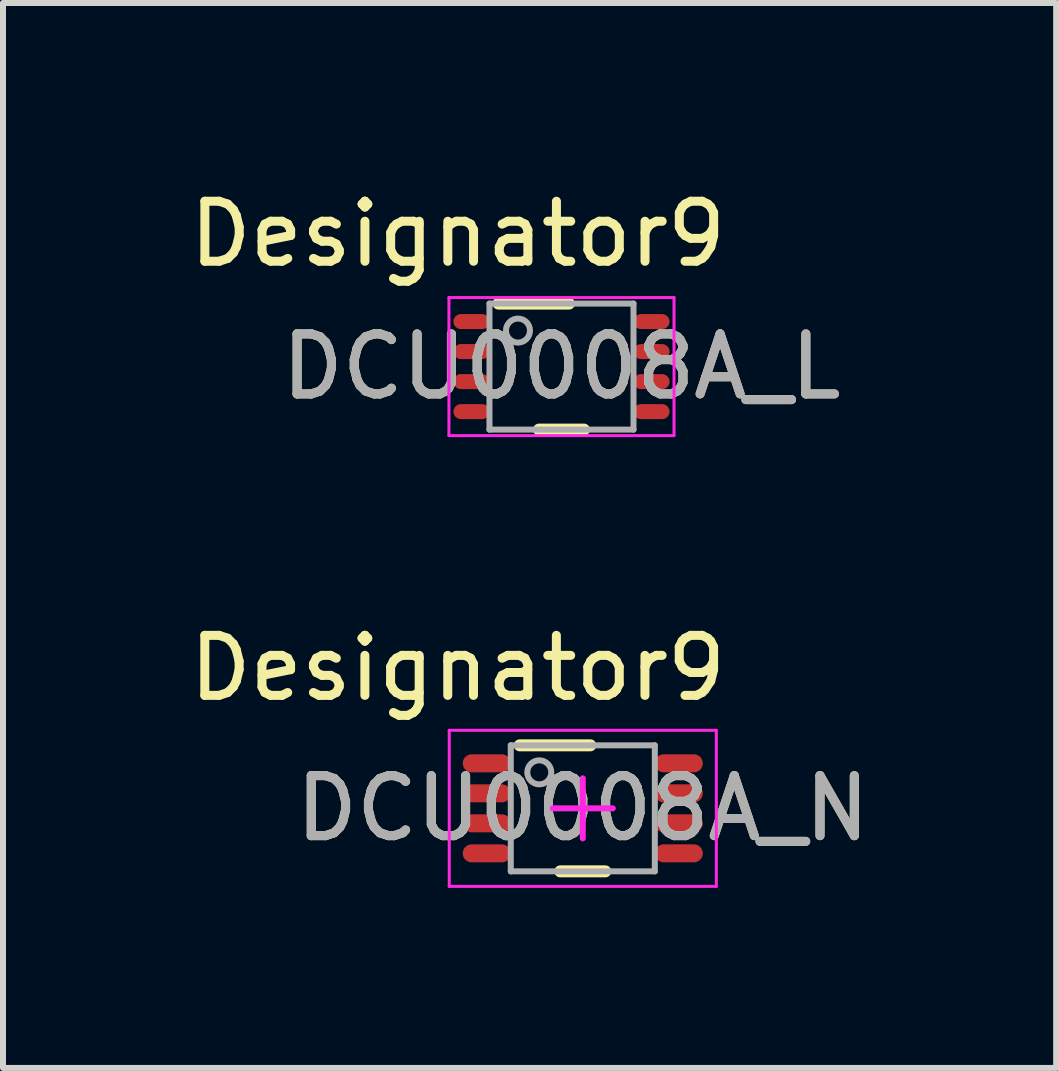
<source format=kicad_pcb>
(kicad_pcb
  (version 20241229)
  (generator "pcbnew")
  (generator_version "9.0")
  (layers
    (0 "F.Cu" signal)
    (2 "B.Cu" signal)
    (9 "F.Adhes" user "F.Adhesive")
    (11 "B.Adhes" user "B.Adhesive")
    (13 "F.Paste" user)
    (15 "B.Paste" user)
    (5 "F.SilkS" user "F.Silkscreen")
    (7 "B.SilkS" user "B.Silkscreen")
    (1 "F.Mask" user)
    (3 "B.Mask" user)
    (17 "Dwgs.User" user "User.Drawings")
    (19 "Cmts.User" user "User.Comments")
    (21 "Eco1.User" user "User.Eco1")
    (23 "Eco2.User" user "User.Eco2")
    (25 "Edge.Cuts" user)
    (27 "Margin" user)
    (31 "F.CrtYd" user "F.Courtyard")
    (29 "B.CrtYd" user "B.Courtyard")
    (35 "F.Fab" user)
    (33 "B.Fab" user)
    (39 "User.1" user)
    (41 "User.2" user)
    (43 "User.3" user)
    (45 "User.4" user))
  (footprint "DCU0008A_N"
    (layer "F.Cu")
    (at 6.66 10.418)
    (property "Reference" "DCU0008A_N" (at 0 0 0) (unlocked yes) (layer "F.SilkS") (effects (font (size 1 1) (thickness 0.15))))
    (attr smd)
    (fp_line (start -1.05 -1.05) (end 0.125 -1.05) (stroke (width 0.2) (type solid)) (layer "F.SilkS"))
    (fp_line (start -0.375 1.05) (end 0.375 1.05) (stroke (width 0.2) (type solid)) (layer "F.SilkS"))
    (fp_line (start -2.225 -1.3) (end 2.225 -1.3) (stroke (width 0.05) (type solid)) (layer "F.CrtYd"))
    (fp_line (start -2.225 1.3) (end -2.225 -1.3) (stroke (width 0.05) (type solid)) (layer "F.CrtYd"))
    (fp_line (start -2.225 1.3) (end 2.225 1.3) (stroke (width 0.05) (type solid)) (layer "F.CrtYd"))
    (fp_line (start -0.5 0) (end 0.5 0) (stroke (width 0.1) (type solid)) (layer "F.CrtYd"))
    (fp_line (start -0.000003 0.5) (end -0.000003 -0.5) (stroke (width 0.1) (type solid)) (layer "F.CrtYd"))
    (fp_line (start 2.225 1.3) (end 2.225 -1.3) (stroke (width 0.05) (type solid)) (layer "F.CrtYd"))
    (fp_line (start -1.2 -1.05) (end 1.2 -1.05) (stroke (width 0.1) (type solid)) (layer "F.Fab"))
    (fp_line (start -1.2 1.05) (end -1.2 -1.05) (stroke (width 0.1) (type solid)) (layer "F.Fab"))
    (fp_line (start -1.2 1.05) (end 1.2 1.05) (stroke (width 0.1) (type solid)) (layer "F.Fab"))
    (fp_line (start 1.2 1.05) (end 1.2 -1.05) (stroke (width 0.1) (type solid)) (layer "F.Fab"))
    (fp_circle (center -0.725 -0.6) (end -0.525 -0.6) (stroke (width 0.1) (type solid)) (fill no) (layer "F.Fab"))
    (fp_text user "Designator9" (at -2.083 -2.337 0) (unlocked yes) (layer "F.SilkS") (effects (font (size 1 1) (thickness 0.15))))
    (fp_text user "${REFERENCE}" (at 0 0 0) (unlocked yes) (layer "F.Fab") (effects (font (size 1 1) (thickness 0.15))))
    (pad "1" smd oval (at -1.6 -0.75 90) (size 0.3 0.8) (layers "F.Cu" "F.Mask" "F.Paste"))
    (pad "2" smd oval (at -1.6 -0.25 90) (size 0.3 0.8) (layers "F.Cu" "F.Mask" "F.Paste"))
    (pad "3" smd oval (at -1.6 0.25 90) (size 0.3 0.8) (layers "F.Cu" "F.Mask" "F.Paste"))
    (pad "4" smd oval (at -1.6 0.75 90) (size 0.3 0.8) (layers "F.Cu" "F.Mask" "F.Paste"))
    (pad "5" smd oval (at 1.6 0.75 90) (size 0.3 0.8) (layers "F.Cu" "F.Mask" "F.Paste"))
    (pad "6" smd oval (at 1.6 0.25 90) (size 0.3 0.8) (layers "F.Cu" "F.Mask" "F.Paste"))
    (pad "7" smd oval (at 1.6 -0.25 90) (size 0.3 0.8) (layers "F.Cu" "F.Mask" "F.Paste"))
    (pad "8" smd oval (at 1.6 -0.75 90) (size 0.3 0.8) (layers "F.Cu" "F.Mask" "F.Paste")))
  (footprint "DCU0008A_L"
    (layer "F.Cu")
    (at 6.305 3.058)
    (property "Reference" "DCU0008A_L" (at 0 0 0) (unlocked yes) (layer "F.SilkS") (effects (font (size 1 1) (thickness 0.15))))
    (attr smd)
    (fp_line (start -1.05 -1.05) (end 0.125 -1.05) (stroke (width 0.2) (type solid)) (layer "F.SilkS"))
    (fp_line (start -0.375 1.05) (end 0.375 1.05) (stroke (width 0.2) (type solid)) (layer "F.SilkS"))
    (fp_line (start -1.875 -1.15) (end 1.875 -1.15) (stroke (width 0.05) (type solid)) (layer "F.CrtYd"))
    (fp_line (start -1.875 1.15) (end -1.875 -1.15) (stroke (width 0.05) (type solid)) (layer "F.CrtYd"))
    (fp_line (start -1.875 1.15) (end 1.875 1.15) (stroke (width 0.05) (type solid)) (layer "F.CrtYd"))
    (fp_line (start 1.875 1.15) (end 1.875 -1.15) (stroke (width 0.05) (type solid)) (layer "F.CrtYd"))
    (fp_line (start -1.2 -1.05) (end 1.2 -1.05) (stroke (width 0.1) (type solid)) (layer "F.Fab"))
    (fp_line (start -1.2 1.05) (end -1.2 -1.05) (stroke (width 0.1) (type solid)) (layer "F.Fab"))
    (fp_line (start -1.2 1.05) (end 1.2 1.05) (stroke (width 0.1) (type solid)) (layer "F.Fab"))
    (fp_line (start 1.2 1.05) (end 1.2 -1.05) (stroke (width 0.1) (type solid)) (layer "F.Fab"))
    (fp_circle (center -0.725 -0.6) (end -0.525 -0.6) (stroke (width 0.1) (type solid)) (fill no) (layer "F.Fab"))
    (fp_text user "Designator9" (at -1.727 -2.21 0) (unlocked yes) (layer "F.SilkS") (effects (font (size 1 1) (thickness 0.15))))
    (fp_text user "${REFERENCE}" (at 0 0 0) (unlocked yes) (layer "F.Fab") (effects (font (size 1 1) (thickness 0.15))))
    (pad "1" smd oval (at -1.5 -0.75 90) (size 0.25 0.6) (layers "F.Cu" "F.Mask" "F.Paste"))
    (pad "2" smd oval (at -1.5 -0.25 90) (size 0.25 0.6) (layers "F.Cu" "F.Mask" "F.Paste"))
    (pad "3" smd oval (at -1.5 0.25 90) (size 0.25 0.6) (layers "F.Cu" "F.Mask" "F.Paste"))
    (pad "4" smd oval (at -1.5 0.75 90) (size 0.25 0.6) (layers "F.Cu" "F.Mask" "F.Paste"))
    (pad "5" smd oval (at 1.5 0.75 90) (size 0.25 0.6) (layers "F.Cu" "F.Mask" "F.Paste"))
    (pad "6" smd oval (at 1.5 0.25 90) (size 0.25 0.6) (layers "F.Cu" "F.Mask" "F.Paste"))
    (pad "7" smd oval (at 1.5 -0.25 90) (size 0.25 0.6) (layers "F.Cu" "F.Mask" "F.Paste"))
    (pad "8" smd oval (at 1.5 -0.75 90) (size 0.25 0.6) (layers "F.Cu" "F.Mask" "F.Paste")))
  (gr_rect
    (start -3 -3)
    (end 14.547 14.743)
    (stroke (width 0.1) (type default))
    (fill no)
    (layer "Edge.Cuts")))
</source>
